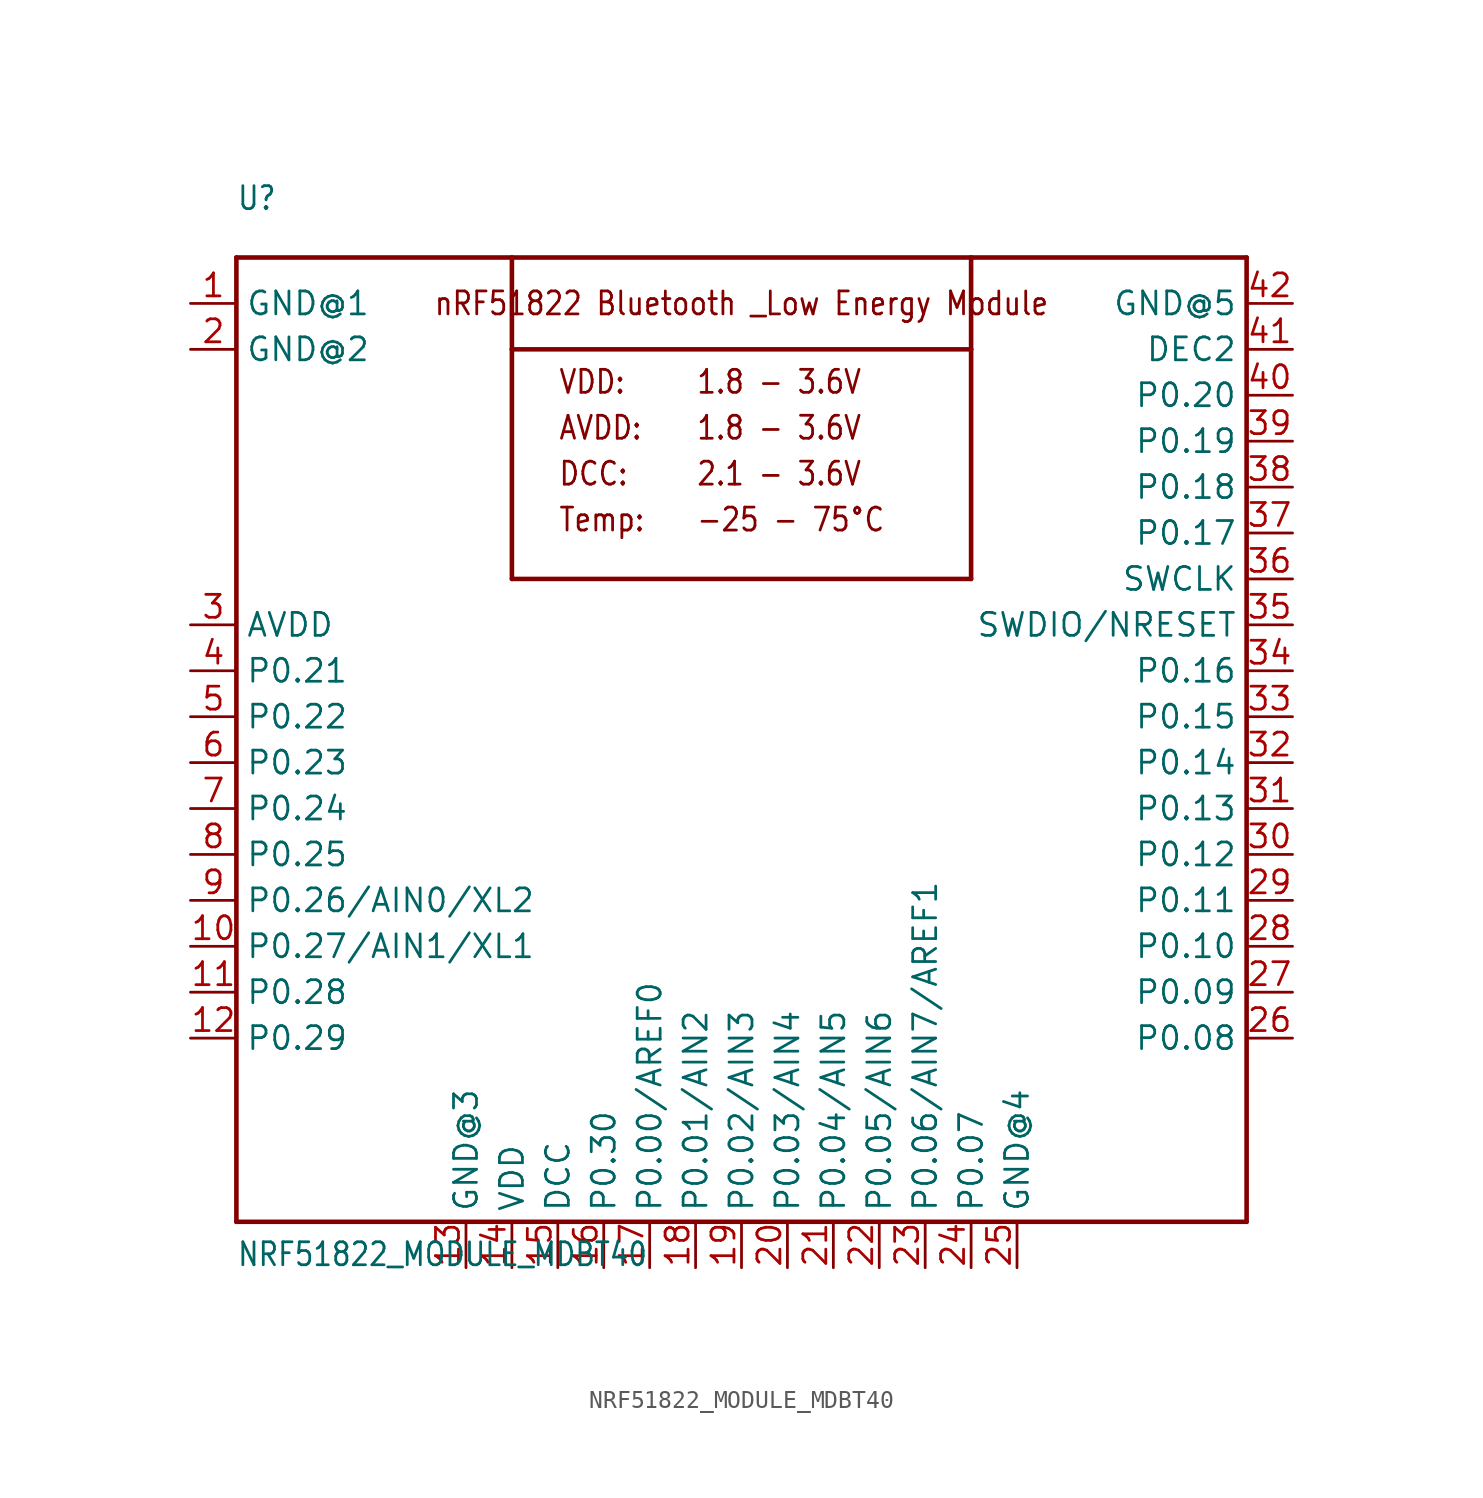
<source format=kicad_sym>
(kicad_symbol_lib
  (version 20211014)
  (generator kicad_symbol_editor)
  (symbol "NRF51822_MODULE_MDBT40"
    (property "Reference" "U"
      (at -27.94 27.94 0)
      (effects (font (size 1.27 1.079)) (justify left bottom)))
    (property "Value" "NRF51822_MODULE_MDBT40"
      (at -27.94 -30.48 0)
      (effects (font (size 1.27 1.079)) (justify left bottom)))
    (property "ki_locked" ""
      (at 0 0 0)
      (effects (font (size 1.27 1.27))))
    (symbol "NRF51822_MODULE_MDBT40_1_0"
      (polyline (pts (xy -27.94 -27.94) (xy -27.94 25.4)) (stroke (width 0.254) (type default) (color 0 0 0 0)) (fill (type none)))
      (polyline (pts (xy -27.94 25.4) (xy -12.7 25.4)) (stroke (width 0.254) (type default) (color 0 0 0 0)) (fill (type none)))
      (polyline (pts (xy -12.7 7.62) (xy 12.7 7.62)) (stroke (width 0.254) (type default) (color 0 0 0 0)) (fill (type none)))
      (polyline (pts (xy -12.7 20.32) (xy -12.7 7.62)) (stroke (width 0.254) (type default) (color 0 0 0 0)) (fill (type none)))
      (polyline (pts (xy -12.7 20.32) (xy 12.7 20.32)) (stroke (width 0.254) (type default) (color 0 0 0 0)) (fill (type none)))
      (polyline (pts (xy -12.7 25.4) (xy -12.7 20.32)) (stroke (width 0.254) (type default) (color 0 0 0 0)) (fill (type none)))
      (polyline (pts (xy -12.7 25.4) (xy 12.7 25.4)) (stroke (width 0.254) (type default) (color 0 0 0 0)) (fill (type none)))
      (polyline (pts (xy 12.7 7.62) (xy 12.7 20.32)) (stroke (width 0.254) (type default) (color 0 0 0 0)) (fill (type none)))
      (polyline (pts (xy 12.7 20.32) (xy 12.7 25.4)) (stroke (width 0.254) (type default) (color 0 0 0 0)) (fill (type none)))
      (polyline (pts (xy 12.7 25.4) (xy 27.94 25.4)) (stroke (width 0.254) (type default) (color 0 0 0 0)) (fill (type none)))
      (polyline (pts (xy 27.94 -27.94) (xy -27.94 -27.94)) (stroke (width 0.254) (type default) (color 0 0 0 0)) (fill (type none)))
      (polyline (pts (xy 27.94 25.4) (xy 27.94 -27.94)) (stroke (width 0.254) (type default) (color 0 0 0 0)) (fill (type none)))
      (text "-25 - 75°C" (at -2.54 10.16 0) (effects (font (size 1.27 1.079)) (justify left bottom)))
      (text "1.8 - 3.6V" (at -2.54 15.24 0) (effects (font (size 1.27 1.079)) (justify left bottom)))
      (text "1.8 - 3.6V" (at -2.54 17.78 0) (effects (font (size 1.27 1.079)) (justify left bottom)))
      (text "2.1 - 3.6V" (at -2.54 12.7 0) (effects (font (size 1.27 1.079)) (justify left bottom)))
      (text "AVDD:" (at -10.16 15.24 0) (effects (font (size 1.27 1.079)) (justify left bottom)))
      (text "DCC:" (at -10.16 12.7 0) (effects (font (size 1.27 1.079)) (justify left bottom)))
      (text "nRF51822 Bluetooth _Low Energy Module" (at 0 22.86 0) (effects (font (size 1.27 1.079))))
      (text "Temp:" (at -10.16 10.16 0) (effects (font (size 1.27 1.079)) (justify left bottom)))
      (text "VDD:" (at -10.16 17.78 0) (effects (font (size 1.27 1.079)) (justify left bottom)))
      (pin power_in line (at -30.48 22.86 0) (length 2.54) (name "GND@1" (effects (font (size 1.27 1.27)))) (number "1" (effects (font (size 1.27 1.27)))))
      (pin bidirectional line (at -30.48 -12.7 0) (length 2.54) (name "P0.27/AIN1/XL1" (effects (font (size 1.27 1.27)))) (number "10" (effects (font (size 1.27 1.27)))))
      (pin bidirectional line (at -30.48 -15.24 0) (length 2.54) (name "P0.28" (effects (font (size 1.27 1.27)))) (number "11" (effects (font (size 1.27 1.27)))))
      (pin bidirectional line (at -30.48 -17.78 0) (length 2.54) (name "P0.29" (effects (font (size 1.27 1.27)))) (number "12" (effects (font (size 1.27 1.27)))))
      (pin power_in line (at -15.24 -30.48 90) (length 2.54) (name "GND@3" (effects (font (size 1.27 1.27)))) (number "13" (effects (font (size 1.27 1.27)))))
      (pin power_in line (at -12.7 -30.48 90) (length 2.54) (name "VDD" (effects (font (size 1.27 1.27)))) (number "14" (effects (font (size 1.27 1.27)))))
      (pin power_in line (at -10.16 -30.48 90) (length 2.54) (name "DCC" (effects (font (size 1.27 1.27)))) (number "15" (effects (font (size 1.27 1.27)))))
      (pin bidirectional line (at -7.62 -30.48 90) (length 2.54) (name "P0.30" (effects (font (size 1.27 1.27)))) (number "16" (effects (font (size 1.27 1.27)))))
      (pin bidirectional line (at -5.08 -30.48 90) (length 2.54) (name "P0.00/AREF0" (effects (font (size 1.27 1.27)))) (number "17" (effects (font (size 1.27 1.27)))))
      (pin bidirectional line (at -2.54 -30.48 90) (length 2.54) (name "P0.01/AIN2" (effects (font (size 1.27 1.27)))) (number "18" (effects (font (size 1.27 1.27)))))
      (pin bidirectional line (at 0 -30.48 90) (length 2.54) (name "P0.02/AIN3" (effects (font (size 1.27 1.27)))) (number "19" (effects (font (size 1.27 1.27)))))
      (pin power_in line (at -30.48 20.32 0) (length 2.54) (name "GND@2" (effects (font (size 1.27 1.27)))) (number "2" (effects (font (size 1.27 1.27)))))
      (pin bidirectional line (at 2.54 -30.48 90) (length 2.54) (name "P0.03/AIN4" (effects (font (size 1.27 1.27)))) (number "20" (effects (font (size 1.27 1.27)))))
      (pin bidirectional line (at 5.08 -30.48 90) (length 2.54) (name "P0.04/AIN5" (effects (font (size 1.27 1.27)))) (number "21" (effects (font (size 1.27 1.27)))))
      (pin bidirectional line (at 7.62 -30.48 90) (length 2.54) (name "P0.05/AIN6" (effects (font (size 1.27 1.27)))) (number "22" (effects (font (size 1.27 1.27)))))
      (pin bidirectional line (at 10.16 -30.48 90) (length 2.54) (name "P0.06/AIN7/AREF1" (effects (font (size 1.27 1.27)))) (number "23" (effects (font (size 1.27 1.27)))))
      (pin bidirectional line (at 12.7 -30.48 90) (length 2.54) (name "P0.07" (effects (font (size 1.27 1.27)))) (number "24" (effects (font (size 1.27 1.27)))))
      (pin power_in line (at 15.24 -30.48 90) (length 2.54) (name "GND@4" (effects (font (size 1.27 1.27)))) (number "25" (effects (font (size 1.27 1.27)))))
      (pin bidirectional line (at 30.48 -17.78 180) (length 2.54) (name "P0.08" (effects (font (size 1.27 1.27)))) (number "26" (effects (font (size 1.27 1.27)))))
      (pin bidirectional line (at 30.48 -15.24 180) (length 2.54) (name "P0.09" (effects (font (size 1.27 1.27)))) (number "27" (effects (font (size 1.27 1.27)))))
      (pin bidirectional line (at 30.48 -12.7 180) (length 2.54) (name "P0.10" (effects (font (size 1.27 1.27)))) (number "28" (effects (font (size 1.27 1.27)))))
      (pin bidirectional line (at 30.48 -10.16 180) (length 2.54) (name "P0.11" (effects (font (size 1.27 1.27)))) (number "29" (effects (font (size 1.27 1.27)))))
      (pin power_in line (at -30.48 5.08 0) (length 2.54) (name "AVDD" (effects (font (size 1.27 1.27)))) (number "3" (effects (font (size 1.27 1.27)))))
      (pin bidirectional line (at 30.48 -7.62 180) (length 2.54) (name "P0.12" (effects (font (size 1.27 1.27)))) (number "30" (effects (font (size 1.27 1.27)))))
      (pin bidirectional line (at 30.48 -5.08 180) (length 2.54) (name "P0.13" (effects (font (size 1.27 1.27)))) (number "31" (effects (font (size 1.27 1.27)))))
      (pin bidirectional line (at 30.48 -2.54 180) (length 2.54) (name "P0.14" (effects (font (size 1.27 1.27)))) (number "32" (effects (font (size 1.27 1.27)))))
      (pin bidirectional line (at 30.48 0 180) (length 2.54) (name "P0.15" (effects (font (size 1.27 1.27)))) (number "33" (effects (font (size 1.27 1.27)))))
      (pin bidirectional line (at 30.48 2.54 180) (length 2.54) (name "P0.16" (effects (font (size 1.27 1.27)))) (number "34" (effects (font (size 1.27 1.27)))))
      (pin bidirectional line (at 30.48 5.08 180) (length 2.54) (name "SWDIO/NRESET" (effects (font (size 1.27 1.27)))) (number "35" (effects (font (size 1.27 1.27)))))
      (pin bidirectional line (at 30.48 7.62 180) (length 2.54) (name "SWCLK" (effects (font (size 1.27 1.27)))) (number "36" (effects (font (size 1.27 1.27)))))
      (pin bidirectional line (at 30.48 10.16 180) (length 2.54) (name "P0.17" (effects (font (size 1.27 1.27)))) (number "37" (effects (font (size 1.27 1.27)))))
      (pin bidirectional line (at 30.48 12.7 180) (length 2.54) (name "P0.18" (effects (font (size 1.27 1.27)))) (number "38" (effects (font (size 1.27 1.27)))))
      (pin bidirectional line (at 30.48 15.24 180) (length 2.54) (name "P0.19" (effects (font (size 1.27 1.27)))) (number "39" (effects (font (size 1.27 1.27)))))
      (pin bidirectional line (at -30.48 2.54 0) (length 2.54) (name "P0.21" (effects (font (size 1.27 1.27)))) (number "4" (effects (font (size 1.27 1.27)))))
      (pin bidirectional line (at 30.48 17.78 180) (length 2.54) (name "P0.20" (effects (font (size 1.27 1.27)))) (number "40" (effects (font (size 1.27 1.27)))))
      (pin power_in line (at 30.48 20.32 180) (length 2.54) (name "DEC2" (effects (font (size 1.27 1.27)))) (number "41" (effects (font (size 1.27 1.27)))))
      (pin power_in line (at 30.48 22.86 180) (length 2.54) (name "GND@5" (effects (font (size 1.27 1.27)))) (number "42" (effects (font (size 1.27 1.27)))))
      (pin bidirectional line (at -30.48 0 0) (length 2.54) (name "P0.22" (effects (font (size 1.27 1.27)))) (number "5" (effects (font (size 1.27 1.27)))))
      (pin bidirectional line (at -30.48 -2.54 0) (length 2.54) (name "P0.23" (effects (font (size 1.27 1.27)))) (number "6" (effects (font (size 1.27 1.27)))))
      (pin bidirectional line (at -30.48 -5.08 0) (length 2.54) (name "P0.24" (effects (font (size 1.27 1.27)))) (number "7" (effects (font (size 1.27 1.27)))))
      (pin bidirectional line (at -30.48 -7.62 0) (length 2.54) (name "P0.25" (effects (font (size 1.27 1.27)))) (number "8" (effects (font (size 1.27 1.27)))))
      (pin bidirectional line (at -30.48 -10.16 0) (length 2.54) (name "P0.26/AIN0/XL2" (effects (font (size 1.27 1.27)))) (number "9" (effects (font (size 1.27 1.27))))))))
</source>
